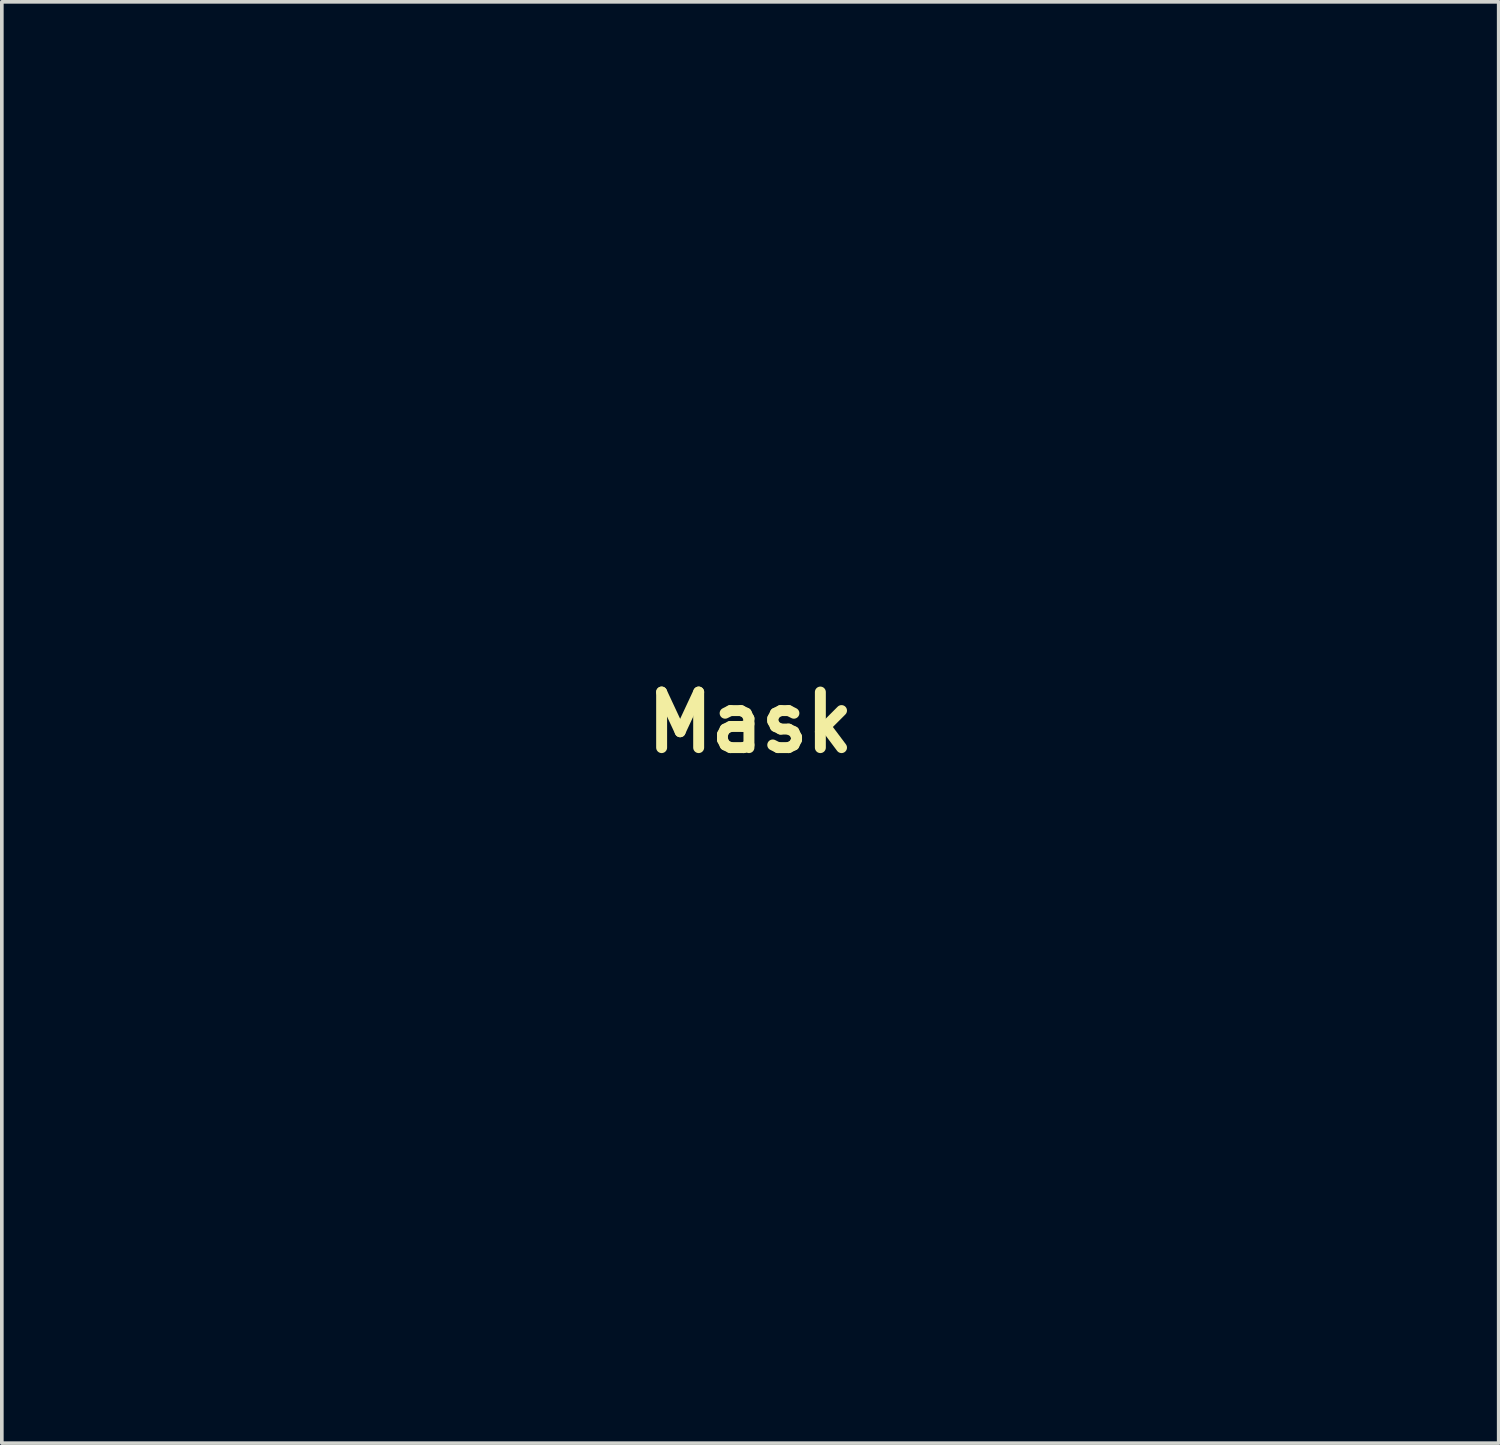
<source format=kicad_pcb>
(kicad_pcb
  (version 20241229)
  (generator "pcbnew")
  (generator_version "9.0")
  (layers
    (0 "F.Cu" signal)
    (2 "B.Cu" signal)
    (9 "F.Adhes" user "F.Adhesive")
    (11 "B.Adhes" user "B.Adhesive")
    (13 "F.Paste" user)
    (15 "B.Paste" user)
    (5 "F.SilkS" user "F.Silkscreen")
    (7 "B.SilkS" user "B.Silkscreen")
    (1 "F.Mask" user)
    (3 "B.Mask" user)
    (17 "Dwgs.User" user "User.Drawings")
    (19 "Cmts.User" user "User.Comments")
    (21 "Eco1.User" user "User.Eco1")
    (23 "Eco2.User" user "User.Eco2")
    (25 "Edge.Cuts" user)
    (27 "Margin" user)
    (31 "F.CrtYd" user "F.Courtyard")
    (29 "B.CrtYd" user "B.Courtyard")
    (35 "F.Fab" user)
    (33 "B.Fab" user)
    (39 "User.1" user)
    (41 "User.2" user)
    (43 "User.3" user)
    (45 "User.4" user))
  (footprint "Mask"
    (layer "F.Cu")
    (at 17.531 16.769)
    (property "Reference" "Mask" (at 0 0 0) (layer "F.SilkS") (effects (font (size 1.524 1.524) (thickness 0.3))))
    (attr through_hole)
    (fp_poly (pts (xy -15.494 -1.016) (xy -15.494 -1.524) (xy -14.478 -1.524) (xy -14.478 -1.016) (xy -15.494 -1.016)) (stroke (width 0.01) (type solid)) (fill yes) (layer "F.Mask"))
    (fp_poly (pts (xy -14.986 10.16) (xy -14.986 9.652) (xy -14.478 9.652) (xy -14.478 10.16) (xy -14.986 10.16)) (stroke (width 0.01) (type solid)) (fill yes) (layer "F.Mask"))
    (fp_poly (pts (xy -14.478 -0.508) (xy -14.478 -1.016) (xy -13.97 -1.016) (xy -13.97 -0.508) (xy -14.478 -0.508)) (stroke (width 0.01) (type solid)) (fill yes) (layer "F.Mask"))
    (fp_poly (pts (xy -13.97 0) (xy -13.97 -0.508) (xy -12.954 -0.508) (xy -12.954 0) (xy -13.97 0)) (stroke (width 0.01) (type solid)) (fill yes) (layer "F.Mask"))
    (fp_poly (pts (xy -13.97 10.16) (xy -13.97 10.668) (xy -14.478 10.668) (xy -14.478 10.16) (xy -13.97 10.16)) (stroke (width 0.01) (type solid)) (fill yes) (layer "F.Mask"))
    (fp_poly (pts (xy -12.954 0.508) (xy -12.954 0) (xy -11.938 0) (xy -11.938 0.508) (xy -12.954 0.508)) (stroke (width 0.01) (type solid)) (fill yes) (layer "F.Mask"))
    (fp_poly (pts (xy -12.954 12.192) (xy -12.954 11.684) (xy -12.446 11.684) (xy -12.446 12.192) (xy -12.954 12.192)) (stroke (width 0.01) (type solid)) (fill yes) (layer "F.Mask"))
    (fp_poly (pts (xy -11.938 1.016) (xy -11.938 0.508) (xy -10.922 0.508) (xy -10.922 1.016) (xy -11.938 1.016)) (stroke (width 0.01) (type solid)) (fill yes) (layer "F.Mask"))
    (fp_poly (pts (xy -11.938 12.7) (xy -12.446 12.7) (xy -12.446 12.192) (xy -11.938 12.192) (xy -11.938 12.7)) (stroke (width 0.01) (type solid)) (fill yes) (layer "F.Mask"))
    (fp_poly (pts (xy -11.43 11.176) (xy -10.922 11.176) (xy -10.922 11.684) (xy -11.43 11.684) (xy -11.43 11.176)) (stroke (width 0.01) (type solid)) (fill yes) (layer "F.Mask"))
    (fp_poly (pts (xy -11.43 12.192) (xy -11.938 12.192) (xy -11.938 11.684) (xy -11.43 11.684) (xy -11.43 12.192)) (stroke (width 0.01) (type solid)) (fill yes) (layer "F.Mask"))
    (fp_poly (pts (xy -10.922 1.524) (xy -10.922 1.016) (xy -10.414 1.016) (xy -10.414 1.524) (xy -10.922 1.524)) (stroke (width 0.01) (type solid)) (fill yes) (layer "F.Mask"))
    (fp_poly (pts (xy -10.922 11.684) (xy -10.414 11.684) (xy -10.414 12.192) (xy -10.922 12.192) (xy -10.922 11.684)) (stroke (width 0.01) (type solid)) (fill yes) (layer "F.Mask"))
    (fp_poly (pts (xy -10.922 12.7) (xy -11.43 12.7) (xy -11.43 12.192) (xy -10.922 12.192) (xy -10.922 12.7)) (stroke (width 0.01) (type solid)) (fill yes) (layer "F.Mask"))
    (fp_poly (pts (xy -9.906 1.524) (xy -9.906 2.032) (xy -10.414 2.032) (xy -10.414 1.524) (xy -9.906 1.524)) (stroke (width 0.01) (type solid)) (fill yes) (layer "F.Mask"))
    (fp_poly (pts (xy -8.89 11.684) (xy -8.89 11.176) (xy -8.382 11.176) (xy -8.382 11.684) (xy -8.89 11.684)) (stroke (width 0.01) (type solid)) (fill yes) (layer "F.Mask"))
    (fp_poly (pts (xy -8.382 5.588) (xy -7.874 5.588) (xy -7.874 6.096) (xy -8.382 6.096) (xy -8.382 5.588)) (stroke (width 0.01) (type solid)) (fill yes) (layer "F.Mask"))
    (fp_poly (pts (xy -8.382 7.112) (xy -8.89 7.112) (xy -8.89 6.096) (xy -8.382 6.096) (xy -8.382 7.112)) (stroke (width 0.01) (type solid)) (fill yes) (layer "F.Mask"))
    (fp_poly (pts (xy -8.382 12.192) (xy -8.382 11.684) (xy -7.874 11.684) (xy -7.874 12.192) (xy -8.382 12.192)) (stroke (width 0.01) (type solid)) (fill yes) (layer "F.Mask"))
    (fp_poly (pts (xy -7.874 7.112) (xy -7.874 6.096) (xy -7.366 6.096) (xy -7.366 7.112) (xy -7.874 7.112)) (stroke (width 0.01) (type solid)) (fill yes) (layer "F.Mask"))
    (fp_poly (pts (xy -7.874 7.112) (xy -7.874 8.128) (xy -8.382 8.128) (xy -8.382 7.112) (xy -7.874 7.112)) (stroke (width 0.01) (type solid)) (fill yes) (layer "F.Mask"))
    (fp_poly (pts (xy -7.874 12.7) (xy -7.874 12.192) (xy -7.366 12.192) (xy -7.366 12.7) (xy -7.874 12.7)) (stroke (width 0.01) (type solid)) (fill yes) (layer "F.Mask"))
    (fp_poly (pts (xy -7.366 8.128) (xy -7.366 8.636) (xy -7.874 8.636) (xy -7.874 8.128) (xy -7.366 8.128)) (stroke (width 0.01) (type solid)) (fill yes) (layer "F.Mask"))
    (fp_poly (pts (xy -7.366 13.208) (xy -7.366 12.7) (xy -6.858 12.7) (xy -6.858 13.208) (xy -7.366 13.208)) (stroke (width 0.01) (type solid)) (fill yes) (layer "F.Mask"))
    (fp_poly (pts (xy -6.858 7.112) (xy -6.858 7.62) (xy -7.366 7.62) (xy -7.366 7.112) (xy -6.858 7.112)) (stroke (width 0.01) (type solid)) (fill yes) (layer "F.Mask"))
    (fp_poly (pts (xy -6.35 13.208) (xy -6.35 12.7) (xy -5.842 12.7) (xy -5.842 13.208) (xy -6.35 13.208)) (stroke (width 0.01) (type solid)) (fill yes) (layer "F.Mask"))
    (fp_poly (pts (xy -6.35 13.716) (xy -6.858 13.716) (xy -6.858 13.208) (xy -6.35 13.208) (xy -6.35 13.716)) (stroke (width 0.01) (type solid)) (fill yes) (layer "F.Mask"))
    (fp_poly (pts (xy -5.334 12.7) (xy -4.826 12.7) (xy -4.826 13.208) (xy -5.334 13.208) (xy -5.334 12.7)) (stroke (width 0.01) (type solid)) (fill yes) (layer "F.Mask"))
    (fp_poly (pts (xy -5.334 13.716) (xy -5.842 13.716) (xy -5.842 13.208) (xy -5.334 13.208) (xy -5.334 13.716)) (stroke (width 0.01) (type solid)) (fill yes) (layer "F.Mask"))
    (fp_poly (pts (xy -3.81 12.7) (xy -3.81 12.192) (xy -3.302 12.192) (xy -3.302 12.7) (xy -3.81 12.7)) (stroke (width 0.01) (type solid)) (fill yes) (layer "F.Mask"))
    (fp_poly (pts (xy -3.81 13.208) (xy -4.318 13.208) (xy -4.318 12.7) (xy -3.81 12.7) (xy -3.81 13.208)) (stroke (width 0.01) (type solid)) (fill yes) (layer "F.Mask"))
    (fp_poly (pts (xy -2.794 0.508) (xy -2.286 0.508) (xy -2.286 1.016) (xy -2.794 1.016) (xy -2.794 0.508)) (stroke (width 0.01) (type solid)) (fill yes) (layer "F.Mask"))
    (fp_poly (pts (xy -2.794 1.524) (xy -2.286 1.524) (xy -2.286 2.032) (xy -2.794 2.032) (xy -2.794 1.524)) (stroke (width 0.01) (type solid)) (fill yes) (layer "F.Mask"))
    (fp_poly (pts (xy -2.794 12.192) (xy -2.286 12.192) (xy -2.286 12.7) (xy -2.794 12.7) (xy -2.794 12.192)) (stroke (width 0.01) (type solid)) (fill yes) (layer "F.Mask"))
    (fp_poly (pts (xy -2.794 13.208) (xy -3.302 13.208) (xy -3.302 12.7) (xy -2.794 12.7) (xy -2.794 13.208)) (stroke (width 0.01) (type solid)) (fill yes) (layer "F.Mask"))
    (fp_poly (pts (xy -1.27 11.684) (xy -0.762 11.684) (xy -0.762 12.192) (xy -1.27 12.192) (xy -1.27 11.684)) (stroke (width 0.01) (type solid)) (fill yes) (layer "F.Mask"))
    (fp_poly (pts (xy -1.27 12.7) (xy -1.778 12.7) (xy -1.778 12.192) (xy -1.27 12.192) (xy -1.27 12.7)) (stroke (width 0.01) (type solid)) (fill yes) (layer "F.Mask"))
    (fp_poly (pts (xy 0.254 12.192) (xy -0.254 12.192) (xy -0.254 11.684) (xy 0.254 11.684) (xy 0.254 12.192)) (stroke (width 0.01) (type solid)) (fill yes) (layer "F.Mask"))
    (fp_poly (pts (xy 1.27 11.176) (xy 1.778 11.176) (xy 1.778 11.684) (xy 1.27 11.684) (xy 1.27 11.176)) (stroke (width 0.01) (type solid)) (fill yes) (layer "F.Mask"))
    (fp_poly (pts (xy 1.27 12.192) (xy 0.762 12.192) (xy 0.762 11.684) (xy 1.27 11.684) (xy 1.27 12.192)) (stroke (width 0.01) (type solid)) (fill yes) (layer "F.Mask"))
    (fp_poly (pts (xy 2.286 11.176) (xy 2.794 11.176) (xy 2.794 11.684) (xy 2.286 11.684) (xy 2.286 11.176)) (stroke (width 0.01) (type solid)) (fill yes) (layer "F.Mask"))
    (fp_poly (pts (xy 2.286 11.684) (xy 2.286 12.192) (xy 1.778 12.192) (xy 1.778 11.684) (xy 2.286 11.684)) (stroke (width 0.01) (type solid)) (fill yes) (layer "F.Mask"))
    (fp_poly (pts (xy 2.794 6.604) (xy 2.794 6.096) (xy 3.302 6.096) (xy 3.302 6.604) (xy 2.794 6.604)) (stroke (width 0.01) (type solid)) (fill yes) (layer "F.Mask"))
    (fp_poly (pts (xy 2.794 10.668) (xy 3.302 10.668) (xy 3.302 11.176) (xy 2.794 11.176) (xy 2.794 10.668)) (stroke (width 0.01) (type solid)) (fill yes) (layer "F.Mask"))
    (fp_poly (pts (xy 3.81 10.668) (xy 4.318 10.668) (xy 4.318 11.176) (xy 3.81 11.176) (xy 3.81 10.668)) (stroke (width 0.01) (type solid)) (fill yes) (layer "F.Mask"))
    (fp_poly (pts (xy 3.81 11.176) (xy 3.81 11.684) (xy 3.302 11.684) (xy 3.302 11.176) (xy 3.81 11.176)) (stroke (width 0.01) (type solid)) (fill yes) (layer "F.Mask"))
    (fp_poly (pts (xy 4.318 10.16) (xy 4.826 10.16) (xy 4.826 10.668) (xy 4.318 10.668) (xy 4.318 10.16)) (stroke (width 0.01) (type solid)) (fill yes) (layer "F.Mask"))
    (fp_poly (pts (xy 5.334 5.588) (xy 5.842 5.588) (xy 5.842 6.096) (xy 5.334 6.096) (xy 5.334 5.588)) (stroke (width 0.01) (type solid)) (fill yes) (layer "F.Mask"))
    (fp_poly (pts (xy 6.35 6.604) (xy 5.842 6.604) (xy 5.842 6.096) (xy 6.35 6.096) (xy 6.35 6.604)) (stroke (width 0.01) (type solid)) (fill yes) (layer "F.Mask"))
    (fp_poly (pts (xy 6.35 9.144) (xy 6.858 9.144) (xy 6.858 9.652) (xy 6.35 9.652) (xy 6.35 9.144)) (stroke (width 0.01) (type solid)) (fill yes) (layer "F.Mask"))
    (fp_poly (pts (xy 6.858 8.636) (xy 7.366 8.636) (xy 7.366 9.144) (xy 6.858 9.144) (xy 6.858 8.636)) (stroke (width 0.01) (type solid)) (fill yes) (layer "F.Mask"))
    (fp_poly (pts (xy 7.366 8.128) (xy 7.874 8.128) (xy 7.874 8.636) (xy 7.366 8.636) (xy 7.366 8.128)) (stroke (width 0.01) (type solid)) (fill yes) (layer "F.Mask"))
    (fp_poly (pts (xy 7.874 4.064) (xy 8.382 4.064) (xy 8.382 4.572) (xy 7.874 4.572) (xy 7.874 4.064)) (stroke (width 0.01) (type solid)) (fill yes) (layer "F.Mask"))
    (fp_poly (pts (xy 7.874 5.08) (xy 7.366 5.08) (xy 7.366 4.572) (xy 7.874 4.572) (xy 7.874 5.08)) (stroke (width 0.01) (type solid)) (fill yes) (layer "F.Mask"))
    (fp_poly (pts (xy 8.89 5.08) (xy 8.382 5.08) (xy 8.382 4.572) (xy 8.89 4.572) (xy 8.89 5.08)) (stroke (width 0.01) (type solid)) (fill yes) (layer "F.Mask"))
    (fp_poly (pts (xy 9.398 7.112) (xy 9.906 7.112) (xy 9.906 7.62) (xy 9.398 7.62) (xy 9.398 7.112)) (stroke (width 0.01) (type solid)) (fill yes) (layer "F.Mask"))
    (fp_poly (pts (xy 4.826 9.652) (xy 5.334 9.652) (xy 5.334 10.16) (xy 5.842 10.16) (xy 5.842 9.652) (xy 5.334 9.652) (xy 5.334 9.144) (xy 5.842 9.144) (xy 5.842 9.652) (xy 6.35 9.652) (xy 6.35 10.16) (xy 5.842 10.16) (xy 5.842 10.668) (xy 5.334 10.668) (xy 5.334 10.16) (xy 4.826 10.16) (xy 4.826 9.652)) (stroke (width 0.01) (type solid)) (fill yes) (layer "F.Mask"))
    (fp_poly (pts (xy 9.398 8.128) (xy 8.89 8.128) (xy 8.89 8.636) (xy 8.382 8.636) (xy 8.382 8.128) (xy 7.874 8.128) (xy 7.874 7.62) (xy 8.382 7.62) (xy 8.382 8.128) (xy 8.89 8.128) (xy 8.89 7.62) (xy 8.382 7.62) (xy 8.382 7.112) (xy 8.89 7.112) (xy 8.89 7.62) (xy 9.398 7.62) (xy 9.398 8.128)) (stroke (width 0.01) (type solid)) (fill yes) (layer "F.Mask"))
    (fp_poly (pts (xy 5.334 6.604) (xy 4.826 6.604) (xy 4.826 7.112) (xy 4.318 7.112) (xy 4.318 7.62) (xy 3.81 7.62) (xy 3.81 7.112) (xy 3.302 7.112) (xy 3.302 6.604) (xy 3.81 6.604) (xy 3.81 7.112) (xy 4.318 7.112) (xy 4.318 6.604) (xy 3.81 6.604) (xy 3.81 6.096) (xy 4.318 6.096) (xy 4.318 6.604) (xy 4.826 6.604) (xy 4.826 6.096) (xy 4.318 6.096) (xy 4.318 5.588) (xy 4.826 5.588) (xy 4.826 6.096) (xy 5.334 6.096) (xy 5.334 6.604)) (stroke (width 0.01) (type solid)) (fill yes) (layer "F.Mask"))
    (fp_poly (pts (xy -13.462 11.684) (xy -13.462 11.176) (xy -13.97 11.176) (xy -13.97 10.668) (xy -13.462 10.668) (xy -13.462 11.176) (xy -12.954 11.176) (xy -12.954 10.668) (xy -13.462 10.668) (xy -13.462 4.572) (xy -13.97 4.572) (xy -13.97 4.064) (xy -14.478 4.064) (xy -14.478 3.556) (xy -14.986 3.556) (xy -14.986 1.524) (xy -14.478 1.524) (xy -14.478 1.016) (xy -13.462 1.016) (xy -13.462 1.524) (xy -12.954 1.524) (xy -12.954 2.032) (xy -11.938 2.032) (xy -11.938 2.54) (xy -10.922 2.54) (xy -10.922 4.064) (xy -11.43 4.064) (xy -11.43 5.08) (xy -12.446 5.08) (xy -12.446 11.176) (xy -12.954 11.176) (xy -12.954 11.684) (xy -13.462 11.684)) (stroke (width 0.01) (type solid)) (fill yes) (layer "F.Mask"))
    (fp_poly (pts (xy -2.794 1.524) (xy -3.302 1.524) (xy -3.302 2.032) (xy -2.794 2.032) (xy -2.794 2.54) (xy -3.302 2.54) (xy -3.302 3.048) (xy -2.794 3.048) (xy -2.794 3.556) (xy -3.302 3.556) (xy -3.302 4.064) (xy -2.794 4.064) (xy -2.794 4.572) (xy -2.286 4.572) (xy -2.286 5.08) (xy -2.794 5.08) (xy -2.794 5.588) (xy -2.286 5.588) (xy -2.286 6.096) (xy -1.778 6.096) (xy -1.778 6.604) (xy -1.27 6.604) (xy -1.27 7.112) (xy 1.27 7.112) (xy 1.27 6.604) (xy 1.778 6.604) (xy 1.778 7.112) (xy 2.286 7.112) (xy 2.286 6.604) (xy 1.778 6.604) (xy 1.778 6.096) (xy 2.286 6.096) (xy 2.286 6.604) (xy 2.794 6.604) (xy 2.794 7.112) (xy 3.302 7.112) (xy 3.302 7.62) (xy 3.81 7.62) (xy 3.81 8.128) (xy 4.318 8.128) (xy 4.318 7.62) (xy 4.826 7.62) (xy 4.826 7.112) (xy 5.334 7.112) (xy 5.334 6.604) (xy 5.842 6.604) (xy 5.842 7.112) (xy 6.35 7.112) (xy 6.35 6.604) (xy 6.858 6.604) (xy 6.858 6.096) (xy 6.35 6.096) (xy 6.35 5.588) (xy 5.842 5.588) (xy 5.842 5.08) (xy 5.334 5.08) (xy 5.334 5.588) (xy 4.826 5.588) (xy 4.826 5.08) (xy 4.318 5.08) (xy 4.318 5.588) (xy 3.81 5.588) (xy 3.81 6.096) (xy 3.302 6.096) (xy 3.302 5.588) (xy 2.794 5.588) (xy 2.794 6.096) (xy 2.286 6.096) (xy 2.286 5.588) (xy 2.794 5.588) (xy 2.794 5.08) (xy 3.302 5.08) (xy 3.302 5.588) (xy 3.81 5.588) (xy 3.81 5.08) (xy 4.318 5.08) (xy 4.318 4.572) (xy 4.826 4.572) (xy 4.826 5.08) (xy 5.334 5.08) (xy 5.334 4.572) (xy 5.842 4.572) (xy 5.842 5.08) (xy 6.35 5.08) (xy 6.35 5.588) (xy 6.858 5.588) (xy 6.858 5.08) (xy 6.35 5.08) (xy 6.35 4.572) (xy 6.858 4.572) (xy 6.858 5.08) (xy 7.366 5.08) (xy 7.366 5.588) (xy 6.858 5.588) (xy 6.858 6.096) (xy 7.366 6.096) (xy 7.366 6.604) (xy 6.858 6.604) (xy 6.858 7.112) (xy 6.35 7.112) (xy 6.35 7.62) (xy 5.842 7.62) (xy 5.842 7.112) (xy 5.334 7.112) (xy 5.334 7.62) (xy 4.826 7.62) (xy 4.826 8.128) (xy 4.318 8.128) (xy 4.318 8.636) (xy 3.81 8.636) (xy 3.81 8.128) (xy 3.302 8.128) (xy 3.302 8.636) (xy 2.794 8.636) (xy 2.794 9.144) (xy 2.286 9.144) (xy 2.286 9.652) (xy 1.27 9.652) (xy 1.27 10.16) (xy 2.286 10.16) (xy 2.286 10.668) (xy 0.762 10.668) (xy 0.762 11.176) (xy -4.318 11.176) (xy -4.318 10.668) (xy 0.762 10.668) (xy 0.762 10.16) (xy -4.318 10.16) (xy -4.318 10.668) (xy -5.842 10.668) (xy -5.842 10.16) (xy -6.35 10.16) (xy -6.35 9.652) (xy -6.858 9.652) (xy -6.858 9.144) (xy -7.366 9.144) (xy -7.366 8.636) (xy -6.858 8.636) (xy -6.858 9.144) (xy -6.35 9.144) (xy -6.35 9.652) (xy -5.842 9.652) (xy -5.842 10.16) (xy -4.318 10.16) (xy -4.318 9.652) (xy -3.81 9.652) (xy 0.762 9.652) (xy 0.762 9.144) (xy -3.81 9.144) (xy -3.81 9.652) (xy -4.318 9.652) (xy -5.842 9.652) (xy -5.842 9.144) (xy -6.35 9.144) (xy -6.35 8.636) (xy -6.858 8.636) (xy -6.858 7.62) (xy -6.35 7.62) (xy -6.35 8.128) (xy -5.842 8.128) (xy -5.842 8.636) (xy -4.826 8.636) (xy -4.826 9.144) (xy -3.81 9.144) (xy -3.81 8.636) (xy 0.762 8.636) (xy 0.762 9.144) (xy 2.286 9.144) (xy 2.286 8.636) (xy 2.794 8.636) (xy 2.794 8.128) (xy 1.778 8.128) (xy 1.778 8.636) (xy 0.762 8.636) (xy -3.81 8.636) (xy -4.826 8.636) (xy -4.826 8.128) (xy -5.334 8.128) (xy -5.334 7.62) (xy 2.794 7.62) (xy 2.794 8.128) (xy 3.302 8.128) (xy 3.302 7.62) (xy 2.794 7.62) (xy -5.334 7.62) (xy -5.842 7.62) (xy -5.842 7.112) (xy -6.35 7.112) (xy -6.35 6.604) (xy -6.858 6.604) (xy -6.858 5.588) (xy -7.366 5.588) (xy -7.366 5.08) (xy -7.874 5.08) (xy -7.874 3.048) (xy -7.366 3.048) (xy -7.366 2.54) (xy -6.858 2.54) (xy -6.858 2.032) (xy -6.35 2.032) (xy -6.35 1.524) (xy -5.842 1.524) (xy -5.842 1.016) (xy -5.334 1.016) (xy -5.334 0.508) (xy -4.826 0.508) (xy -4.826 0) (xy -4.318 0) (xy -4.318 -0.508) (xy -3.81 -0.508) (xy -3.81 -1.016) (xy -2.794 -1.016) (xy -2.794 -1.524) (xy -2.286 -1.524) (xy -2.286 -2.032) (xy -1.778 -2.032) (xy -1.778 -1.016) (xy -2.286 -1.016) (xy -2.286 0) (xy -2.794 0) (xy -2.794 0.508) (xy -3.302 0.508) (xy -3.302 1.016) (xy -2.794 1.016) (xy -2.794 1.524)) (stroke (width 0.01) (type solid)) (fill yes) (layer "F.Mask"))
    (fp_poly (pts (xy 17.526 16.764) (xy -17.526 16.764) (xy -17.526 11.176) (xy -14.986 11.176) (xy -14.986 11.684) (xy -14.478 11.684) (xy -14.478 11.176) (xy -14.986 11.176) (xy -17.526 11.176) (xy -17.526 -3.048) (xy -16.002 -3.048) (xy -16.002 -1.016) (xy -15.494 -1.016) (xy -15.494 -0.508) (xy -16.002 -0.508) (xy -16.002 8.636) (xy -15.494 8.636) (xy -15.494 9.144) (xy -14.986 9.144) (xy -14.986 9.652) (xy -15.494 9.652) (xy -15.494 10.16) (xy -14.986 10.16) (xy -14.986 10.668) (xy -14.478 10.668) (xy -14.478 11.176) (xy -13.97 11.176) (xy -13.97 11.684) (xy -13.462 11.684) (xy -13.462 12.192) (xy -12.954 12.192) (xy -12.954 12.7) (xy -12.446 12.7) (xy -12.446 13.208) (xy -11.938 13.208) (xy -11.938 12.7) (xy -11.43 12.7) (xy -11.43 13.208) (xy -10.922 13.208) (xy -10.922 12.7) (xy -10.414 12.7) (xy -10.414 12.192) (xy -9.906 12.192) (xy -9.906 11.684) (xy -10.414 11.684) (xy -10.414 11.176) (xy -9.906 11.176) (xy -9.906 3.048) (xy -9.398 3.048) (xy -9.398 4.572) (xy -8.89 4.572) (xy -8.89 6.096) (xy -9.398 6.096) (xy -9.398 11.684) (xy -8.89 11.684) (xy -8.89 12.192) (xy -8.382 12.192) (xy -8.382 12.7) (xy -7.874 12.7) (xy -7.874 13.208) (xy -7.366 13.208) (xy -7.366 13.716) (xy -6.858 13.716) (xy -6.858 14.224) (xy -6.35 14.224) (xy -6.35 13.716) (xy -5.842 13.716) (xy -5.842 14.224) (xy -5.334 14.224) (xy -5.334 13.716) (xy -4.826 13.716) (xy -4.826 13.208) (xy -4.318 13.208) (xy -4.318 13.716) (xy -3.81 13.716) (xy -3.81 13.208) (xy -3.302 13.208) (xy -3.302 13.716) (xy -2.794 13.716) (xy -2.794 13.208) (xy -2.286 13.208) (xy -2.286 12.7) (xy -1.778 12.7) (xy -1.778 13.208) (xy -1.27 13.208) (xy -1.27 12.7) (xy -0.762 12.7) (xy -0.762 12.192) (xy -0.254 12.192) (xy -0.254 12.7) (xy 0.254 12.7) (xy 0.254 12.192) (xy 0.762 12.192) (xy 0.762 12.7) (xy 1.27 12.7) (xy 1.27 12.192) (xy 1.778 12.192) (xy 1.778 12.7) (xy 2.286 12.7) (xy 2.286 12.192) (xy 2.794 12.192) (xy 2.794 11.684) (xy 3.302 11.684) (xy 3.302 12.192) (xy 3.81 12.192) (xy 3.81 11.684) (xy 4.318 11.684) (xy 4.318 11.176) (xy 4.826 11.176) (xy 4.826 10.668) (xy 5.334 10.668) (xy 5.334 11.176) (xy 5.842 11.176) (xy 5.842 10.668) (xy 6.35 10.668) (xy 6.35 10.16) (xy 6.858 10.16) (xy 6.858 9.652) (xy 7.366 9.652) (xy 7.366 9.144) (xy 7.874 9.144) (xy 7.874 8.636) (xy 8.382 8.636) (xy 8.382 9.144) (xy 8.89 9.144) (xy 8.89 8.636) (xy 9.398 8.636) (xy 9.398 8.128) (xy 9.906 8.128) (xy 9.906 7.62) (xy 10.414 7.62) (xy 10.414 7.112) (xy 9.906 7.112) (xy 9.906 6.604) (xy 9.398 6.604) (xy 9.398 7.112) (xy 8.89 7.112) (xy 8.89 6.604) (xy 8.382 6.604) (xy 8.382 7.112) (xy 7.874 7.112) (xy 7.874 7.62) (xy 7.366 7.62) (xy 7.366 8.128) (xy 6.858 8.128) (xy 6.858 8.636) (xy 5.334 8.636) (xy 5.334 9.144) (xy 4.826 9.144) (xy 4.826 9.652) (xy 3.302 9.652) (xy 3.302 10.16) (xy 2.286 10.16) (xy 2.286 9.652) (xy 2.794 9.652) (xy 2.794 9.144) (xy 3.302 9.144) (xy 3.302 8.636) (xy 3.81 8.636) (xy 3.81 9.144) (xy 4.318 9.144) (xy 4.318 8.636) (xy 4.826 8.636) (xy 4.826 8.128) (xy 5.334 8.128) (xy 5.334 7.62) (xy 5.842 7.62) (xy 5.842 8.128) (xy 6.35 8.128) (xy 6.35 7.62) (xy 6.858 7.62) (xy 6.858 7.112) (xy 7.366 7.112) (xy 7.366 6.604) (xy 7.874 6.604) (xy 7.874 6.096) (xy 9.906 6.096) (xy 9.906 6.604) (xy 10.414 6.604) (xy 10.414 6.096) (xy 9.906 6.096) (xy 7.874 6.096) (xy 7.366 6.096) (xy 7.366 5.588) (xy 7.874 5.588) (xy 7.874 5.08) (xy 8.382 5.08) (xy 8.382 5.588) (xy 8.89 5.588) (xy 8.89 5.08) (xy 9.398 5.08) (xy 9.398 4.572) (xy 8.89 4.572) (xy 8.89 4.064) (xy 9.906 4.064) (xy 9.906 3.048) (xy 10.414 3.048) (xy 10.414 2.032) (xy 10.922 2.032) (xy 10.922 1.016) (xy 11.43 1.016) (xy 11.43 0) (xy 11.938 0) (xy 11.938 -0.508) (xy 12.446 -0.508) (xy 12.446 -1.016) (xy 12.954 -1.016) (xy 12.954 -1.524) (xy 13.462 -1.524) (xy 13.462 -2.032) (xy 13.97 -2.032) (xy 13.97 -2.54) (xy 14.478 -2.54) (xy 14.478 -3.048) (xy 14.986 -3.048) (xy 14.986 -3.556) (xy 15.494 -3.556) (xy 15.494 -5.588) (xy 16.002 -5.588) (xy 16.002 -7.112) (xy 14.986 -7.112) (xy 14.986 -7.62) (xy 9.906 -7.62) (xy 9.906 -8.128) (xy 9.398 -8.128) (xy 9.398 -8.636) (xy 8.89 -8.636) (xy 8.89 -8.128) (xy 7.366 -8.128) (xy 7.366 -7.62) (xy 5.842 -7.62) (xy 5.842 -7.112) (xy 4.826 -7.112) (xy 4.826 -6.604) (xy 3.302 -6.604) (xy 3.302 -6.096) (xy 2.286 -6.096) (xy 2.286 -5.588) (xy 1.778 -5.588) (xy 1.778 -5.08) (xy 1.27 -5.08) (xy 1.27 -4.572) (xy 0.762 -4.572) (xy 0.762 -4.064) (xy 0.254 -4.064) (xy 0.254 -3.556) (xy -0.254 -3.556) (xy -0.254 -3.048) (xy -0.762 -3.048) (xy -0.762 -2.54) (xy -1.27 -2.54) (xy -1.27 -2.032) (xy -1.778 -2.032) (xy -1.778 -2.54) (xy -2.286 -2.54) (xy -2.286 -2.032) (xy -3.302 -2.032) (xy -3.302 -1.524) (xy -4.318 -1.524) (xy -4.318 -1.016) (xy -5.334 -1.016) (xy -5.334 -0.508) (xy -5.842 -0.508) (xy -5.842 0) (xy -6.35 0) (xy -6.35 0.508) (xy -6.858 0.508) (xy -6.858 1.016) (xy -7.366 1.016) (xy -7.366 1.524) (xy -7.874 1.524) (xy -7.874 2.032) (xy -8.382 2.032) (xy -8.382 2.54) (xy -8.89 2.54) (xy -8.89 3.048) (xy -9.398 3.048) (xy -9.906 3.048) (xy -9.906 2.032) (xy -9.398 2.032) (xy -9.398 2.54) (xy -8.89 2.54) (xy -8.89 1.524) (xy -9.398 1.524) (xy -9.398 1.016) (xy -9.906 1.016) (xy -9.906 0.508) (xy -10.922 0.508) (xy -10.922 0) (xy -11.43 0) (xy -11.43 -0.508) (xy -12.446 -0.508) (xy -12.446 -1.016) (xy -13.462 -1.016) (xy -13.462 -1.524) (xy -14.478 -1.524) (xy -14.478 -2.032) (xy -8.89 -2.032) (xy -8.89 -1.524) (xy -7.874 -1.524) (xy -7.874 -2.032) (xy -7.366 -2.032) (xy -7.366 -2.54) (xy -6.858 -2.54) (xy -6.858 -3.048) (xy -5.842 -3.048) (xy -5.842 -3.556) (xy -5.334 -3.556) (xy -5.334 -4.064) (xy -4.318 -4.064) (xy -4.318 -4.572) (xy -3.302 -4.572) (xy -3.302 -5.08) (xy -2.286 -5.08) (xy -2.286 -5.588) (xy -1.27 -5.588) (xy -1.27 -6.096) (xy 0.254 -6.096) (xy 0.254 -6.604) (xy 2.794 -6.604) (xy 2.794 -7.112) (xy 4.318 -7.112) (xy 4.318 -7.62) (xy 5.842 -7.62) (xy 5.842 -8.128) (xy 3.81 -8.128) (xy 3.81 -7.62) (xy 1.778 -7.62) (xy 1.778 -7.112) (xy -0.254 -7.112) (xy -0.254 -6.604) (xy -2.286 -6.604) (xy -2.286 -6.096) (xy -3.302 -6.096) (xy -3.302 -5.588) (xy -4.826 -5.588) (xy -4.826 -5.08) (xy -5.842 -5.08) (xy -5.842 -4.572) (xy -6.35 -4.572) (xy -6.35 -4.064) (xy -6.858 -4.064) (xy -6.858 -3.556) (xy -7.366 -3.556) (xy -7.366 -3.048) (xy -7.874 -3.048) (xy -7.874 -2.54) (xy -8.382 -2.54) (xy -8.382 -2.032) (xy -8.89 -2.032) (xy -14.478 -2.032) (xy -14.986 -2.032) (xy -14.986 -2.54) (xy -15.494 -2.54) (xy -15.494 -3.048) (xy -16.002 -3.048) (xy -17.526 -3.048) (xy -17.526 -4.064) (xy -15.494 -4.064) (xy -15.494 -3.048) (xy -14.986 -3.048) (xy -14.986 -4.064) (xy -15.494 -4.064) (xy -17.526 -4.064) (xy -17.526 -5.08) (xy -14.986 -5.08) (xy -14.986 -4.572) (xy -14.478 -4.572) (xy -11.43 -4.572) (xy -11.43 -4.064) (xy -10.414 -4.064) (xy -10.414 -4.572) (xy -9.906 -4.572) (xy -9.906 -5.08) (xy -8.89 -5.08) (xy -8.89 -5.588) (xy -8.382 -5.588) (xy -8.382 -6.096) (xy -7.366 -6.096) (xy -7.366 -6.604) (xy -6.35 -6.604) (xy -6.35 -7.112) (xy -5.842 -7.112) (xy -5.842 -7.62) (xy -4.318 -7.62) (xy -4.318 -8.128) (xy -2.794 -8.128) (xy -2.794 -8.636) (xy -1.27 -8.636) (xy -1.27 -9.144) (xy 1.27 -9.144) (xy 1.27 -9.652) (xy 2.794 -9.652) (xy 2.794 -10.16) (xy -0.254 -10.16) (xy -0.254 -9.652) (xy -2.286 -9.652) (xy -2.286 -9.144) (xy -4.318 -9.144) (xy -4.318 -8.636) (xy -5.334 -8.636) (xy -5.334 -8.128) (xy -6.35 -8.128) (xy -6.35 -7.62) (xy -7.366 -7.62) (xy -7.366 -7.112) (xy -8.382 -7.112) (xy -8.382 -6.604) (xy -8.89 -6.604) (xy -8.89 -6.096) (xy -9.906 -6.096) (xy -9.906 -5.588) (xy -10.414 -5.588) (xy -10.414 -5.08) (xy -10.922 -5.08) (xy -10.922 -4.572) (xy -11.43 -4.572) (xy -14.478 -4.572) (xy -14.478 -5.08) (xy -14.986 -5.08) (xy -17.526 -5.08) (xy -17.526 -5.588) (xy -14.478 -5.588) (xy -14.478 -5.08) (xy -13.97 -5.08) (xy -13.97 -5.588) (xy -14.478 -5.588) (xy -17.526 -5.588) (xy -17.526 -6.096) (xy -13.97 -6.096) (xy -13.97 -5.588) (xy -13.462 -5.588) (xy -13.462 -6.096) (xy -13.97 -6.096) (xy -17.526 -6.096) (xy -17.526 -6.604) (xy -13.462 -6.604) (xy -13.462 -6.096) (xy -12.954 -6.096) (xy -12.954 -6.604) (xy -13.462 -6.604) (xy -17.526 -6.604) (xy -17.526 -8.128) (xy -12.954 -8.128) (xy -12.954 -7.112) (xy -11.938 -7.112) (xy -11.938 -7.62) (xy -10.922 -7.62) (xy -10.922 -8.128) (xy -9.906 -8.128) (xy -9.906 -8.636) (xy -8.89 -8.636) (xy -8.89 -9.144) (xy -7.874 -9.144) (xy -7.874 -9.652) (xy -6.858 -9.652) (xy -6.858 -10.16) (xy -5.334 -10.16) (xy -5.334 -10.668) (xy -3.302 -10.668) (xy -3.302 -11.176) (xy -3.81 -11.176) (xy -3.81 -11.684) (xy -2.794 -11.684) (xy -2.794 -12.192) (xy -2.286 -12.192) (xy -2.286 -13.716) (xy -2.794 -13.716) (xy -2.794 -14.224) (xy -3.302 -14.224) (xy -3.302 -14.732) (xy -4.318 -14.732) (xy -4.318 -15.24) (xy -6.35 -15.24) (xy -6.35 -14.732) (xy -7.874 -14.732) (xy -7.874 -14.224) (xy -8.89 -14.224) (xy -8.89 -13.716) (xy -9.398 -13.716) (xy -9.398 -13.208) (xy -9.906 -13.208) (xy -9.906 -12.7) (xy -10.414 -12.7) (xy -10.414 -11.684) (xy -10.922 -11.684) (xy -10.922 -11.176) (xy -11.43 -11.176) (xy -11.43 -10.16) (xy -11.938 -10.16) (xy -11.938 -9.652) (xy -12.446 -9.652) (xy -12.446 -8.128) (xy -12.954 -8.128) (xy -17.526 -8.128) (xy -17.526 -16.764) (xy 17.526 -16.764) (xy 17.526 16.764)) (stroke (width 0.01) (type solid)) (fill yes) (layer "F.Mask")))
  (gr_rect
    (start -3 -3)
    (end 38.062 36.538)
    (stroke (width 0.1) (type default))
    (fill no)
    (layer "Edge.Cuts")))
</source>
